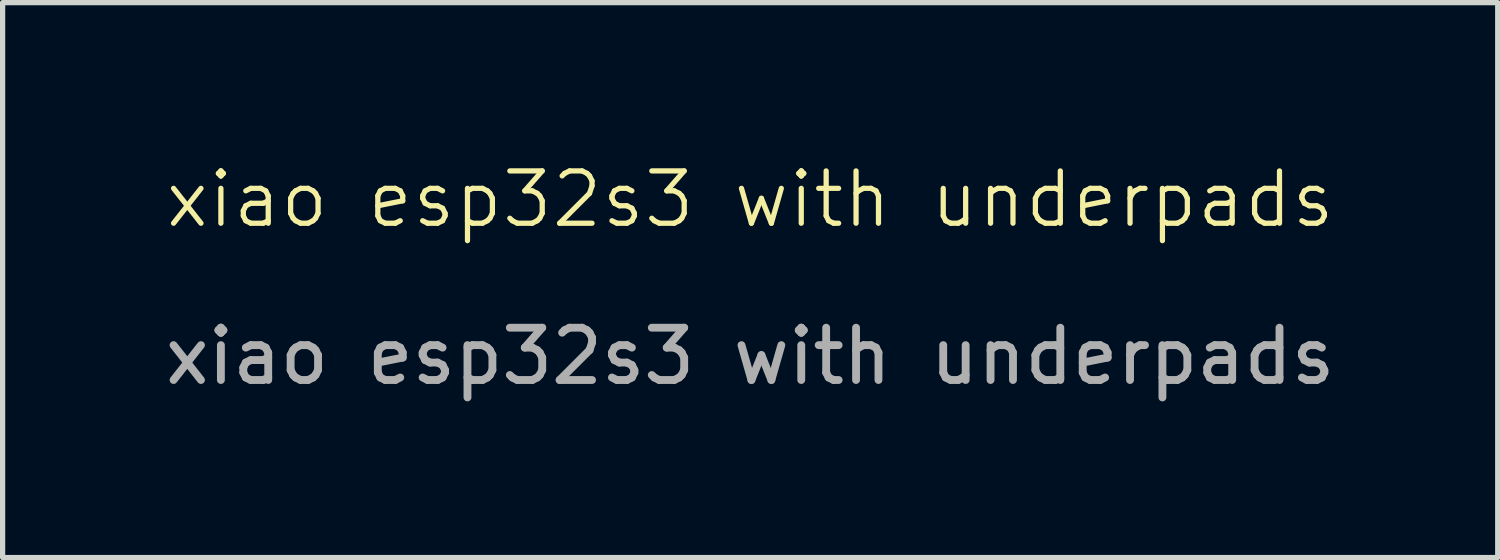
<source format=kicad_pcb>
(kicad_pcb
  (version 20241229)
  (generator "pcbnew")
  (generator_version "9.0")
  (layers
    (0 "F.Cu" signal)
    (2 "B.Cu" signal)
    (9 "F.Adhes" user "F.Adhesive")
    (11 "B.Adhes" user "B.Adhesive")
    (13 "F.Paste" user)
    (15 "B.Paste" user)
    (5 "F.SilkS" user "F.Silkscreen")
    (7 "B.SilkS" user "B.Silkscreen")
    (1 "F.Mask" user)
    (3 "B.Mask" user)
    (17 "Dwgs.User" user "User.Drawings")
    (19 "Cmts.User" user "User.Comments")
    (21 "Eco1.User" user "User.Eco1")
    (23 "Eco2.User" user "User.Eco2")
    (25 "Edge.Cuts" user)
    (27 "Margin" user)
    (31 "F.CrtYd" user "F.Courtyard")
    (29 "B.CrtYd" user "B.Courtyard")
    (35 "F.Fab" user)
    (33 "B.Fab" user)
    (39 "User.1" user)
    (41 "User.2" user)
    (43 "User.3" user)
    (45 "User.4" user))
  (footprint "xiao esp32s3 with underpads"
    (layer "F.Cu")
    (at 11.292 1.26)
    (property "Reference" "xiao esp32s3 with underpads" (at 0 -0.5 0) (unlocked yes) (layer "F.SilkS") (effects (font (size 1 1) (thickness 0.1))))
    (fp_text user "${REFERENCE}" (at 0 2.5 0) (unlocked yes) (layer "F.Fab") (effects (font (size 1 1) (thickness 0.15)))))
  (gr_rect
    (start -3 -3)
    (end 25.583 7.609)
    (stroke (width 0.1) (type default))
    (fill no)
    (layer "Edge.Cuts")))
</source>
